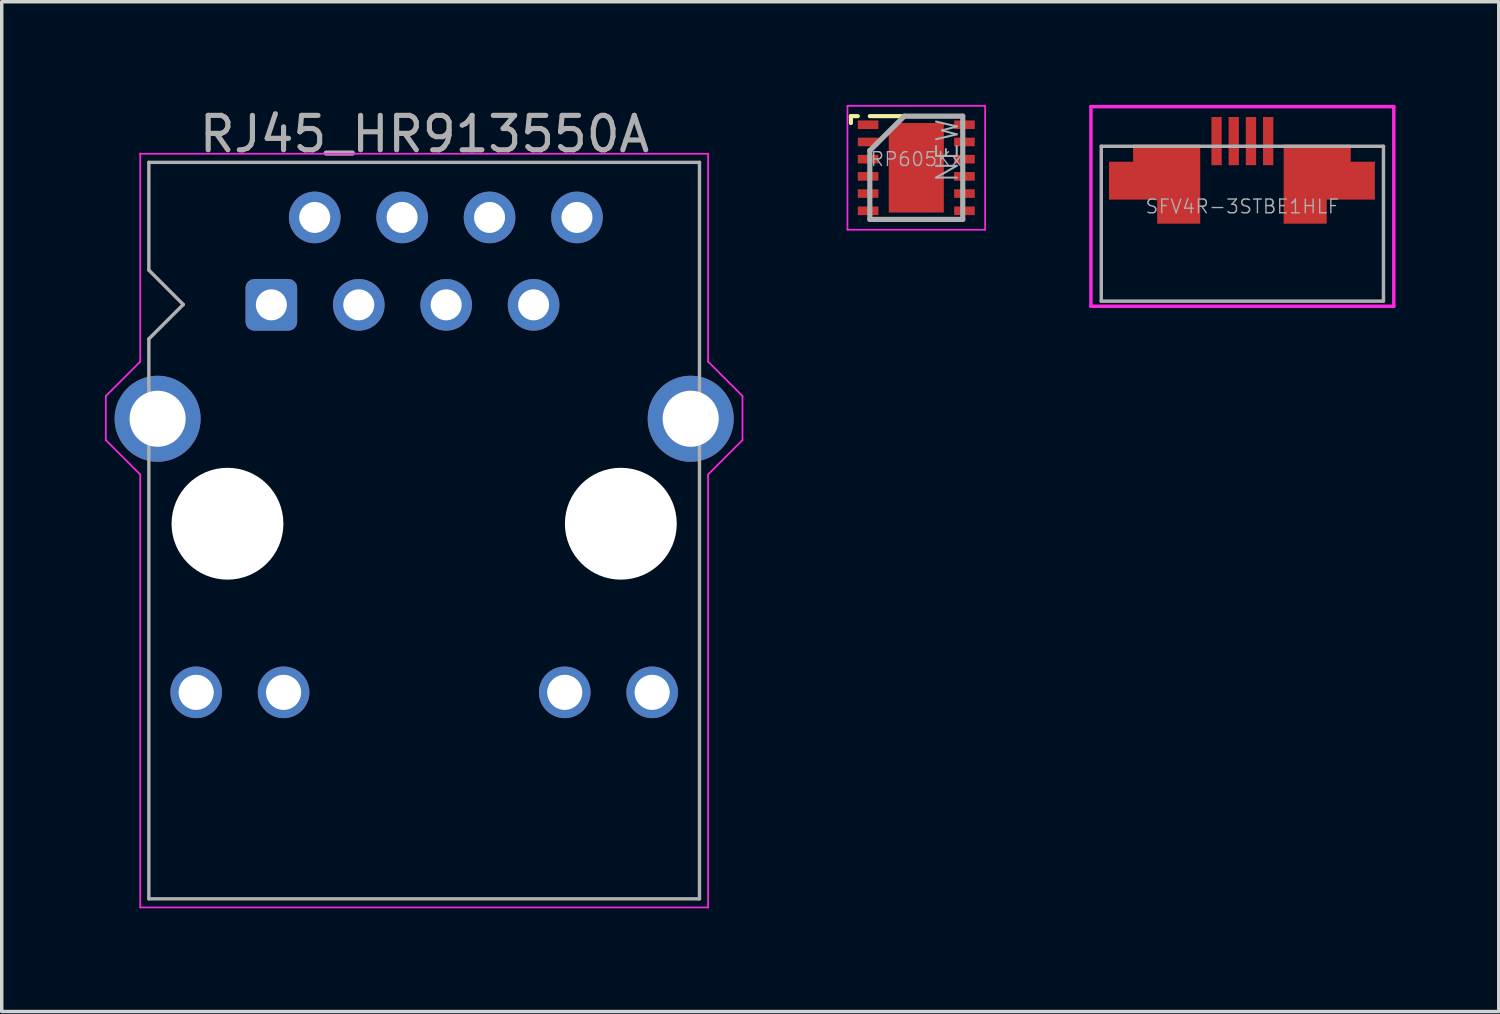
<source format=kicad_pcb>
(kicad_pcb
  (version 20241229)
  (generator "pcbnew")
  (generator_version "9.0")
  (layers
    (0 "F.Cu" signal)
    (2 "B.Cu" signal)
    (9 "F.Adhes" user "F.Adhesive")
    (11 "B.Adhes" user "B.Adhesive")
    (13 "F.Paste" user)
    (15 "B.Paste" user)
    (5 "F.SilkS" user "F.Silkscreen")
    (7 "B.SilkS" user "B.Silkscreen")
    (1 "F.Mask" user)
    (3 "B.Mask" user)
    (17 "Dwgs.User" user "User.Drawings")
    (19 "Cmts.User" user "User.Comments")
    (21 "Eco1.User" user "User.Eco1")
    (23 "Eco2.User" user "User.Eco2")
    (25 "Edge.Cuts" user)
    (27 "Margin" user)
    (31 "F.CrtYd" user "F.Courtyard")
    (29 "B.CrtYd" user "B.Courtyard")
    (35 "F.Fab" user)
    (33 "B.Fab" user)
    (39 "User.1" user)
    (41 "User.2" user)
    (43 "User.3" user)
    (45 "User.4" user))
  (footprint "RJ45_HR913550A"
    (layer "F.Cu")
    (at 4.835 5.808)
    (property "Reference" "RJ45_HR913550A" (at 4.45 -4.96 0) (layer "F.Fab") (effects (font (size 1 1) (thickness 0.15))))
    (attr through_hole)
    (fp_line (start -4.81 3.93) (end -4.81 2.65) (stroke (width 0.05) (type solid)) (layer "F.CrtYd"))
    (fp_line (start -4.81 3.93) (end -3.81 4.93) (stroke (width 0.05) (type solid)) (layer "F.CrtYd"))
    (fp_line (start -3.81 -4.39) (end 12.69 -4.39) (stroke (width 0.05) (type solid)) (layer "F.CrtYd"))
    (fp_line (start -3.81 1.65) (end -4.81 2.65) (stroke (width 0.05) (type solid)) (layer "F.CrtYd"))
    (fp_line (start -3.81 1.65) (end -3.81 -4.4) (stroke (width 0.05) (type solid)) (layer "F.CrtYd"))
    (fp_line (start -3.81 4.93) (end -3.81 17.51) (stroke (width 0.05) (type solid)) (layer "F.CrtYd"))
    (fp_line (start -3.81 17.51) (end 12.69 17.51) (stroke (width 0.05) (type solid)) (layer "F.CrtYd"))
    (fp_line (start 12.69 1.65) (end 12.69 -4.39) (stroke (width 0.05) (type solid)) (layer "F.CrtYd"))
    (fp_line (start 12.69 1.65) (end 13.69 2.65) (stroke (width 0.05) (type solid)) (layer "F.CrtYd"))
    (fp_line (start 12.69 4.93) (end 12.69 17.51) (stroke (width 0.05) (type solid)) (layer "F.CrtYd"))
    (fp_line (start 13.69 3.93) (end 12.69 4.93) (stroke (width 0.05) (type solid)) (layer "F.CrtYd"))
    (fp_line (start 13.69 3.93) (end 13.69 2.65) (stroke (width 0.05) (type solid)) (layer "F.CrtYd"))
    (fp_line (start -3.56 -4.14) (end -3.56 -1.01) (stroke (width 0.1) (type solid)) (layer "F.Fab"))
    (fp_line (start -3.56 -4.14) (end 12.44 -4.14) (stroke (width 0.1) (type solid)) (layer "F.Fab"))
    (fp_line (start -3.56 0.99) (end -3.56 17.26) (stroke (width 0.1) (type solid)) (layer "F.Fab"))
    (fp_line (start -3.56 17.26) (end 12.44 17.26) (stroke (width 0.1) (type solid)) (layer "F.Fab"))
    (fp_line (start -2.56 -0.01) (end -3.56 -1.01) (stroke (width 0.1) (type solid)) (layer "F.Fab"))
    (fp_line (start -2.56 -0.01) (end -3.56 0.99) (stroke (width 0.1) (type solid)) (layer "F.Fab"))
    (fp_line (start 12.44 -4.14) (end 12.44 17.26) (stroke (width 0.1) (type solid)) (layer "F.Fab"))
    (pad "" np_thru_hole circle (at -1.275 6.36) (size 3.25 3.25) (drill 3.25) (layers "*.Cu" "*.Mask"))
    (pad "" np_thru_hole circle (at 10.155 6.36) (size 3.25 3.25) (drill 3.25) (layers "*.Cu" "*.Mask"))
    (pad "1" thru_hole roundrect (at 0 0) (size 1.5 1.5) (drill 0.9) (layers "*.Cu" "*.Mask") (roundrect_rratio 0.167))
    (pad "2" thru_hole circle (at 1.26 -2.54) (size 1.5 1.5) (drill 0.9) (layers "*.Cu" "*.Mask"))
    (pad "3" thru_hole circle (at 2.54 0) (size 1.5 1.5) (drill 0.9) (layers "*.Cu" "*.Mask"))
    (pad "4" thru_hole circle (at 3.8 -2.54) (size 1.5 1.5) (drill 0.9) (layers "*.Cu" "*.Mask"))
    (pad "5" thru_hole circle (at 5.08 0) (size 1.5 1.5) (drill 0.9) (layers "*.Cu" "*.Mask"))
    (pad "6" thru_hole circle (at 6.34 -2.54 90) (size 1.5 1.5) (drill 0.9) (layers "*.Cu" "*.Mask"))
    (pad "7" thru_hole circle (at 7.62 0) (size 1.5 1.5) (drill 0.9) (layers "*.Cu" "*.Mask"))
    (pad "8" thru_hole circle (at 8.88 -2.54) (size 1.5 1.5) (drill 0.9) (layers "*.Cu" "*.Mask"))
    (pad "9" thru_hole circle (at -2.185 11.26) (size 1.5 1.5) (drill 1.02) (layers "*.Cu" "*.Mask"))
    (pad "10" thru_hole circle (at 0.355 11.26) (size 1.5 1.5) (drill 1.02) (layers "*.Cu" "*.Mask"))
    (pad "11" thru_hole circle (at 8.525 11.26) (size 1.5 1.5) (drill 1.02) (layers "*.Cu" "*.Mask"))
    (pad "12" thru_hole circle (at 11.065 11.26) (size 1.5 1.5) (drill 1.02) (layers "*.Cu" "*.Mask"))
    (pad "SH" thru_hole circle (at -3.305 3.31) (size 2.5 2.5) (drill 1.63) (layers "*.Cu" "*.Mask"))
    (pad "SH" thru_hole circle (at 12.185 3.31) (size 2.5 2.5) (drill 1.63) (layers "*.Cu" "*.Mask")))
  (footprint "RP605Kx"
    (layer "F.Cu")
    (at 23.575 1.825)
    (property "Reference" "RP605Kx" (at 0 -0.25 180) (layer "F.Fab") (effects (font (size 0.4 0.4) (thickness 0.04))))
    (attr smd)
    (fp_line (start -1.9 -1.5) (end -1.9 -1.3) (stroke (width 0.12) (type default)) (layer "F.SilkS"))
    (fp_line (start -1.9 -1.5) (end -1.7 -1.5) (stroke (width 0.12) (type default)) (layer "F.SilkS"))
    (fp_line (start -1.35 -1.5) (end 0 -1.5) (stroke (width 0.12) (type default)) (layer "F.SilkS"))
    (fp_line (start -1.35 1.5) (end 0 1.5) (stroke (width 0.12) (type default)) (layer "F.SilkS"))
    (fp_line (start 1.35 -1.5) (end 0 -1.5) (stroke (width 0.12) (type default)) (layer "F.SilkS"))
    (fp_line (start 1.35 1.5) (end 0 1.5) (stroke (width 0.12) (type default)) (layer "F.SilkS"))
    (fp_line (start -2 -1.8) (end -2 1.8) (stroke (width 0.05) (type solid)) (layer "F.CrtYd"))
    (fp_line (start -2 -1.8) (end 2 -1.8) (stroke (width 0.05) (type solid)) (layer "F.CrtYd"))
    (fp_line (start -2 1.8) (end 2 1.8) (stroke (width 0.05) (type solid)) (layer "F.CrtYd"))
    (fp_line (start 2 -1.8) (end 2 1.8) (stroke (width 0.05) (type solid)) (layer "F.CrtYd"))
    (fp_line (start -1.35 -0.5) (end -0.35 -1.5) (stroke (width 0.15) (type solid)) (layer "F.Fab"))
    (fp_line (start -1.35 1.5) (end -1.35 -0.5) (stroke (width 0.15) (type solid)) (layer "F.Fab"))
    (fp_line (start -0.35 -1.5) (end 1.35 -1.5) (stroke (width 0.15) (type solid)) (layer "F.Fab"))
    (fp_line (start 1.35 -1.5) (end 1.35 1.5) (stroke (width 0.15) (type solid)) (layer "F.Fab"))
    (fp_line (start 1.35 1.5) (end -1.35 1.5) (stroke (width 0.15) (type solid)) (layer "F.Fab"))
    (fp_text user "NEW" (at 0.9 -0.5 90) (layer "F.Fab") (effects (font (size 0.6 0.6) (thickness 0.06))))
    (pad "" smd roundrect (at -0.4 -0.6) (size 0.6 1) (layers "F.Paste") (roundrect_rratio 0.25) (chamfer_ratio 0.4) (chamfer top_left))
    (pad "" smd roundrect (at -0.4 0.6) (size 0.6 1) (layers "F.Paste") (roundrect_rratio 0.25))
    (pad "" smd roundrect (at 0.4 -0.6) (size 0.6 1) (layers "F.Paste") (roundrect_rratio 0.25))
    (pad "" smd roundrect (at 0.4 0.6) (size 0.6 1) (layers "F.Paste") (roundrect_rratio 0.25))
    (pad "1" smd rect (at -1.4 -1.25) (size 0.6 0.25) (layers "F.Cu" "F.Mask" "F.Paste"))
    (pad "2" smd rect (at -1.4 -0.75) (size 0.6 0.25) (layers "F.Cu" "F.Mask" "F.Paste"))
    (pad "3" smd rect (at -1.4 -0.25) (size 0.6 0.25) (layers "F.Cu" "F.Mask" "F.Paste"))
    (pad "4" smd rect (at -1.4 0.25) (size 0.6 0.25) (layers "F.Cu" "F.Mask" "F.Paste"))
    (pad "5" smd rect (at -1.4 0.75) (size 0.6 0.25) (layers "F.Cu" "F.Mask" "F.Paste"))
    (pad "6" smd rect (at -1.4 1.25) (size 0.6 0.25) (layers "F.Cu" "F.Mask" "F.Paste"))
    (pad "7" smd rect (at 1.4 1.25) (size 0.6 0.25) (layers "F.Cu" "F.Mask" "F.Paste"))
    (pad "8" smd rect (at 1.4 0.75) (size 0.6 0.25) (layers "F.Cu" "F.Mask" "F.Paste"))
    (pad "9" smd rect (at 1.4 0.25) (size 0.6 0.25) (layers "F.Cu" "F.Mask" "F.Paste"))
    (pad "10" smd roundrect (at 0 0) (size 1.6 2.6) (layers "F.Cu" "F.Mask") (roundrect_rratio 0) (chamfer_ratio 0.2) (chamfer top_left))
    (pad "10" smd rect (at 1.4 -0.25) (size 0.6 0.25) (layers "F.Cu" "F.Mask" "F.Paste"))
    (pad "11" smd rect (at 1.4 -0.75) (size 0.6 0.25) (layers "F.Cu" "F.Mask" "F.Paste"))
    (pad "12" smd rect (at 1.4 -1.25) (size 0.6 0.25) (layers "F.Cu" "F.Mask" "F.Paste")))
  (footprint "SFV4R-3STBE1HLF"
    (layer "F.Cu")
    (at 33.05 3.45)
    (property "Reference" "SFV4R-3STBE1HLF" (at 0 -0.5 0) (layer "F.Fab") (effects (font (size 0.4 0.4) (thickness 0.04))))
    (attr through_hole)
    (fp_line (start -4.4 -3.4) (end -4.4 2.4) (stroke (width 0.1) (type solid)) (layer "F.CrtYd"))
    (fp_line (start -4.4 2.4) (end 4.4 2.4) (stroke (width 0.1) (type solid)) (layer "F.CrtYd"))
    (fp_line (start 4.4 -3.4) (end -4.4 -3.4) (stroke (width 0.1) (type solid)) (layer "F.CrtYd"))
    (fp_line (start 4.4 2.4) (end 4.4 -3.4) (stroke (width 0.1) (type solid)) (layer "F.CrtYd"))
    (fp_line (start -4.1 -2.25) (end 4.1 -2.25) (stroke (width 0.1) (type solid)) (layer "F.Fab"))
    (fp_line (start -4.1 2.25) (end -4.1 -2.25) (stroke (width 0.1) (type solid)) (layer "F.Fab"))
    (fp_line (start 4.1 -2.25) (end 4.1 2.25) (stroke (width 0.1) (type solid)) (layer "F.Fab"))
    (fp_line (start 4.1 2.25) (end -4.1 2.25) (stroke (width 0.1) (type solid)) (layer "F.Fab"))
    (pad "1" smd rect (at -0.75 -2.4) (size 0.3 1.4) (layers "F.Cu" "F.Mask" "F.Paste"))
    (pad "2" smd rect (at -0.25 -2.4) (size 0.3 1.4) (layers "F.Cu" "F.Mask" "F.Paste"))
    (pad "3" smd rect (at 0.25 -2.4) (size 0.3 1.4) (layers "F.Cu" "F.Mask" "F.Paste"))
    (pad "4" smd rect (at 0.75 -2.4) (size 0.3 1.4) (layers "F.Cu" "F.Mask" "F.Paste"))
    (pad "MP" smd custom (at -2.2 -1.15) (size 0.5 0.5) (layers "F.Cu" "F.Mask" "F.Paste") (options (anchor circle)) (primitives (gr_poly (pts (xy 0.975 1.15) (xy 0.975 -1.15) (xy -0.975 -1.15) (xy -0.975 -0.65) (xy -1.675 -0.65) (xy -1.675 0.45) (xy -0.275 0.45) (xy -0.275 1.15) (xy 0.975 1.15)) (width 0) (fill yes))))
    (pad "MP" smd custom (at 3.15 -1.25) (size 0.5 0.5) (layers "F.Cu" "F.Mask" "F.Paste") (options (anchor circle)) (primitives (gr_poly (pts (xy -1.95 1.25) (xy -0.7 1.25) (xy -0.7 0.55) (xy 0.7 0.55) (xy 0.7 -0.55) (xy 0 -0.55) (xy 0 -1.05) (xy -1.95 -1.05) (xy -1.95 1.25)) (width 0) (fill yes)))))
  (gr_rect
    (start -3 -3)
    (end 40.5 26.343)
    (stroke (width 0.1) (type default))
    (fill no)
    (layer "Edge.Cuts")))
</source>
